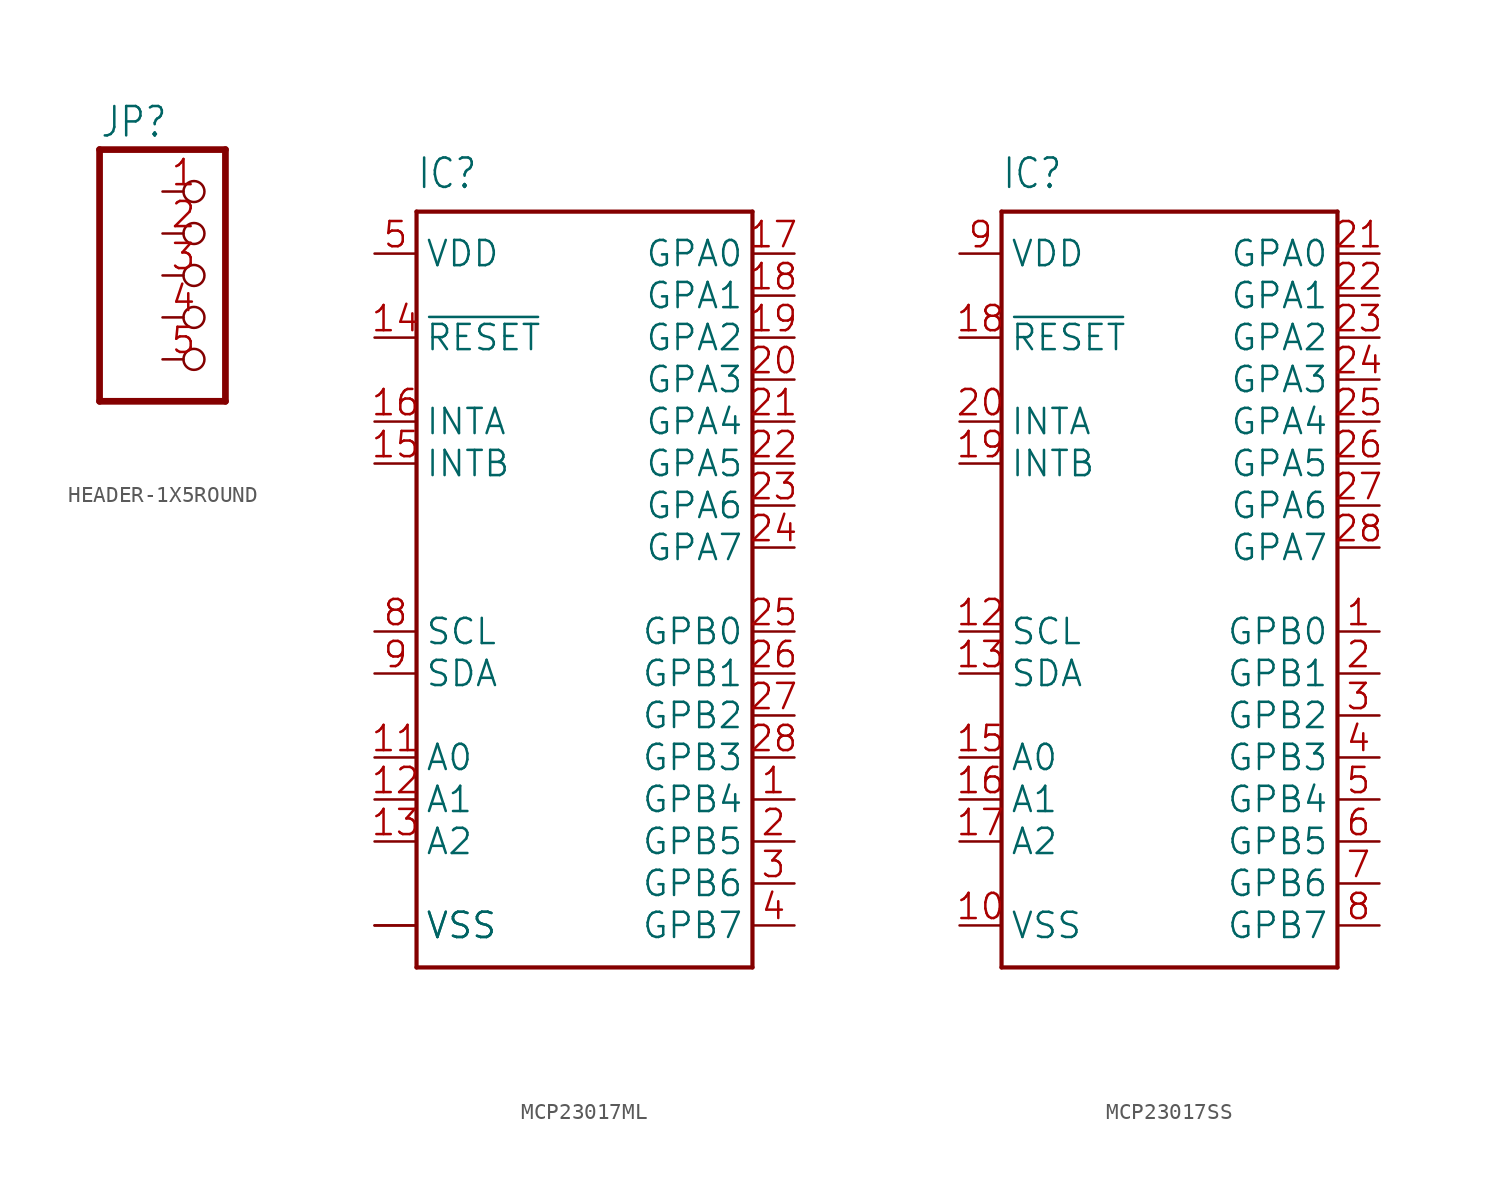
<source format=kicad_sym>
(kicad_symbol_lib
  (version 20241209)
  (generator "kicad_symbol_editor")
  (generator_version "9.0")
  (symbol "HEADER-1X5ROUND"
    (property "Reference" "JP"
      (at -6.35 8.255 0)
      (effects (font (size 1.778 1.511)) (justify left bottom)))
    (property "Value" ""
      (at -6.35 -10.16 0)
      (effects (font (size 1.778 1.511)) (justify left bottom)))
    (property "ki_locked" ""
      (at 0 0 0)
      (effects (font (size 1.27 1.27))))
    (symbol "HEADER-1X5ROUND_1_0"
      (polyline (pts (xy -6.35 7.62) (xy -6.35 -7.62)) (stroke (width 0.406) (type solid)) (fill (type none)))
      (polyline (pts (xy -6.35 -7.62) (xy 1.27 -7.62)) (stroke (width 0.406) (type solid)) (fill (type none)))
      (polyline (pts (xy 1.27 7.62) (xy -6.35 7.62)) (stroke (width 0.406) (type solid)) (fill (type none)))
      (polyline (pts (xy 1.27 -7.62) (xy 1.27 7.62)) (stroke (width 0.406) (type solid)) (fill (type none)))
      (pin passive inverted (at -2.54 5.08 0) (length 2.54) (name "1" (effects (font (size 0 0)))) (number "1" (effects (font (size 1.524 1.524)))))
      (pin passive inverted (at -2.54 2.54 0) (length 2.54) (name "2" (effects (font (size 0 0)))) (number "2" (effects (font (size 1.524 1.524)))))
      (pin passive inverted (at -2.54 0 0) (length 2.54) (name "3" (effects (font (size 0 0)))) (number "3" (effects (font (size 1.524 1.524)))))
      (pin passive inverted (at -2.54 -2.54 0) (length 2.54) (name "4" (effects (font (size 0 0)))) (number "4" (effects (font (size 1.524 1.524)))))
      (pin passive inverted (at -2.54 -5.08 0) (length 2.54) (name "5" (effects (font (size 0 0)))) (number "5" (effects (font (size 1.524 1.524)))))))
  (symbol "MCP23017ML"
    (property "Reference" "IC"
      (at -10.16 24.13 0)
      (effects (font (size 1.778 1.511)) (justify left bottom)))
    (property "Value" ""
      (at -10.16 -25.4 0)
      (effects (font (size 1.778 1.511)) (justify left bottom)))
    (property "ki_locked" ""
      (at 0 0 0)
      (effects (font (size 1.27 1.27))))
    (symbol "MCP23017ML_1_0"
      (polyline (pts (xy -10.16 22.86) (xy 10.16 22.86)) (stroke (width 0.254) (type solid)) (fill (type none)))
      (polyline (pts (xy -10.16 -22.86) (xy -10.16 22.86)) (stroke (width 0.254) (type solid)) (fill (type none)))
      (polyline (pts (xy 10.16 22.86) (xy 10.16 -22.86)) (stroke (width 0.254) (type solid)) (fill (type none)))
      (polyline (pts (xy 10.16 -22.86) (xy -10.16 -22.86)) (stroke (width 0.254) (type solid)) (fill (type none)))
      (pin power_in line (at -12.7 20.32 0) (length 2.54) (name "VDD" (effects (font (size 1.524 1.524)))) (number "5" (effects (font (size 1.524 1.524)))))
      (pin input line (at -12.7 15.24 0) (length 2.54) (name "~{RESET}" (effects (font (size 1.524 1.524)))) (number "14" (effects (font (size 1.524 1.524)))))
      (pin output line (at -12.7 10.16 0) (length 2.54) (name "INTA" (effects (font (size 1.524 1.524)))) (number "16" (effects (font (size 1.524 1.524)))))
      (pin output line (at -12.7 7.62 0) (length 2.54) (name "INTB" (effects (font (size 1.524 1.524)))) (number "15" (effects (font (size 1.524 1.524)))))
      (pin input line (at -12.7 -2.54 0) (length 2.54) (name "SCL" (effects (font (size 1.524 1.524)))) (number "8" (effects (font (size 1.524 1.524)))))
      (pin bidirectional line (at -12.7 -5.08 0) (length 2.54) (name "SDA" (effects (font (size 1.524 1.524)))) (number "9" (effects (font (size 1.524 1.524)))))
      (pin input line (at -12.7 -10.16 0) (length 2.54) (name "A0" (effects (font (size 1.524 1.524)))) (number "11" (effects (font (size 1.524 1.524)))))
      (pin input line (at -12.7 -12.7 0) (length 2.54) (name "A1" (effects (font (size 1.524 1.524)))) (number "12" (effects (font (size 1.524 1.524)))))
      (pin input line (at -12.7 -15.24 0) (length 2.54) (name "A2" (effects (font (size 1.524 1.524)))) (number "13" (effects (font (size 1.524 1.524)))))
      (pin power_in line (at -12.7 -20.32 0) (length 2.54) (name "VSS" (effects (font (size 1.524 1.524)))) (number "6" (effects (font (size 0 0)))))
      (pin power_in line (at -12.7 -20.32 0) (length 2.54) (name "VSS" (effects (font (size 1.524 1.524)))) (number "EXP" (effects (font (size 0 0)))))
      (pin bidirectional line (at 12.7 20.32 180) (length 2.54) (name "GPA0" (effects (font (size 1.524 1.524)))) (number "17" (effects (font (size 1.524 1.524)))))
      (pin bidirectional line (at 12.7 17.78 180) (length 2.54) (name "GPA1" (effects (font (size 1.524 1.524)))) (number "18" (effects (font (size 1.524 1.524)))))
      (pin bidirectional line (at 12.7 15.24 180) (length 2.54) (name "GPA2" (effects (font (size 1.524 1.524)))) (number "19" (effects (font (size 1.524 1.524)))))
      (pin bidirectional line (at 12.7 12.7 180) (length 2.54) (name "GPA3" (effects (font (size 1.524 1.524)))) (number "20" (effects (font (size 1.524 1.524)))))
      (pin bidirectional line (at 12.7 10.16 180) (length 2.54) (name "GPA4" (effects (font (size 1.524 1.524)))) (number "21" (effects (font (size 1.524 1.524)))))
      (pin bidirectional line (at 12.7 7.62 180) (length 2.54) (name "GPA5" (effects (font (size 1.524 1.524)))) (number "22" (effects (font (size 1.524 1.524)))))
      (pin bidirectional line (at 12.7 5.08 180) (length 2.54) (name "GPA6" (effects (font (size 1.524 1.524)))) (number "23" (effects (font (size 1.524 1.524)))))
      (pin bidirectional line (at 12.7 2.54 180) (length 2.54) (name "GPA7" (effects (font (size 1.524 1.524)))) (number "24" (effects (font (size 1.524 1.524)))))
      (pin bidirectional line (at 12.7 -2.54 180) (length 2.54) (name "GPB0" (effects (font (size 1.524 1.524)))) (number "25" (effects (font (size 1.524 1.524)))))
      (pin bidirectional line (at 12.7 -5.08 180) (length 2.54) (name "GPB1" (effects (font (size 1.524 1.524)))) (number "26" (effects (font (size 1.524 1.524)))))
      (pin bidirectional line (at 12.7 -7.62 180) (length 2.54) (name "GPB2" (effects (font (size 1.524 1.524)))) (number "27" (effects (font (size 1.524 1.524)))))
      (pin bidirectional line (at 12.7 -10.16 180) (length 2.54) (name "GPB3" (effects (font (size 1.524 1.524)))) (number "28" (effects (font (size 1.524 1.524)))))
      (pin bidirectional line (at 12.7 -12.7 180) (length 2.54) (name "GPB4" (effects (font (size 1.524 1.524)))) (number "1" (effects (font (size 1.524 1.524)))))
      (pin bidirectional line (at 12.7 -15.24 180) (length 2.54) (name "GPB5" (effects (font (size 1.524 1.524)))) (number "2" (effects (font (size 1.524 1.524)))))
      (pin bidirectional line (at 12.7 -17.78 180) (length 2.54) (name "GPB6" (effects (font (size 1.524 1.524)))) (number "3" (effects (font (size 1.524 1.524)))))
      (pin bidirectional line (at 12.7 -20.32 180) (length 2.54) (name "GPB7" (effects (font (size 1.524 1.524)))) (number "4" (effects (font (size 1.524 1.524)))))))
  (symbol "MCP23017SS"
    (property "Reference" "IC"
      (at -10.16 24.13 0)
      (effects (font (size 1.778 1.511)) (justify left bottom)))
    (property "Value" ""
      (at -10.16 -25.4 0)
      (effects (font (size 1.778 1.511)) (justify left bottom)))
    (property "ki_locked" ""
      (at 0 0 0)
      (effects (font (size 1.27 1.27))))
    (symbol "MCP23017SS_1_0"
      (polyline (pts (xy -10.16 22.86) (xy 10.16 22.86)) (stroke (width 0.254) (type solid)) (fill (type none)))
      (polyline (pts (xy -10.16 -22.86) (xy -10.16 22.86)) (stroke (width 0.254) (type solid)) (fill (type none)))
      (polyline (pts (xy 10.16 22.86) (xy 10.16 -22.86)) (stroke (width 0.254) (type solid)) (fill (type none)))
      (polyline (pts (xy 10.16 -22.86) (xy -10.16 -22.86)) (stroke (width 0.254) (type solid)) (fill (type none)))
      (pin power_in line (at -12.7 20.32 0) (length 2.54) (name "VDD" (effects (font (size 1.524 1.524)))) (number "9" (effects (font (size 1.524 1.524)))))
      (pin input line (at -12.7 15.24 0) (length 2.54) (name "~{RESET}" (effects (font (size 1.524 1.524)))) (number "18" (effects (font (size 1.524 1.524)))))
      (pin output line (at -12.7 10.16 0) (length 2.54) (name "INTA" (effects (font (size 1.524 1.524)))) (number "20" (effects (font (size 1.524 1.524)))))
      (pin output line (at -12.7 7.62 0) (length 2.54) (name "INTB" (effects (font (size 1.524 1.524)))) (number "19" (effects (font (size 1.524 1.524)))))
      (pin input line (at -12.7 -2.54 0) (length 2.54) (name "SCL" (effects (font (size 1.524 1.524)))) (number "12" (effects (font (size 1.524 1.524)))))
      (pin bidirectional line (at -12.7 -5.08 0) (length 2.54) (name "SDA" (effects (font (size 1.524 1.524)))) (number "13" (effects (font (size 1.524 1.524)))))
      (pin input line (at -12.7 -10.16 0) (length 2.54) (name "A0" (effects (font (size 1.524 1.524)))) (number "15" (effects (font (size 1.524 1.524)))))
      (pin input line (at -12.7 -12.7 0) (length 2.54) (name "A1" (effects (font (size 1.524 1.524)))) (number "16" (effects (font (size 1.524 1.524)))))
      (pin input line (at -12.7 -15.24 0) (length 2.54) (name "A2" (effects (font (size 1.524 1.524)))) (number "17" (effects (font (size 1.524 1.524)))))
      (pin power_in line (at -12.7 -20.32 0) (length 2.54) (name "VSS" (effects (font (size 1.524 1.524)))) (number "10" (effects (font (size 1.524 1.524)))))
      (pin bidirectional line (at 12.7 20.32 180) (length 2.54) (name "GPA0" (effects (font (size 1.524 1.524)))) (number "21" (effects (font (size 1.524 1.524)))))
      (pin bidirectional line (at 12.7 17.78 180) (length 2.54) (name "GPA1" (effects (font (size 1.524 1.524)))) (number "22" (effects (font (size 1.524 1.524)))))
      (pin bidirectional line (at 12.7 15.24 180) (length 2.54) (name "GPA2" (effects (font (size 1.524 1.524)))) (number "23" (effects (font (size 1.524 1.524)))))
      (pin bidirectional line (at 12.7 12.7 180) (length 2.54) (name "GPA3" (effects (font (size 1.524 1.524)))) (number "24" (effects (font (size 1.524 1.524)))))
      (pin bidirectional line (at 12.7 10.16 180) (length 2.54) (name "GPA4" (effects (font (size 1.524 1.524)))) (number "25" (effects (font (size 1.524 1.524)))))
      (pin bidirectional line (at 12.7 7.62 180) (length 2.54) (name "GPA5" (effects (font (size 1.524 1.524)))) (number "26" (effects (font (size 1.524 1.524)))))
      (pin bidirectional line (at 12.7 5.08 180) (length 2.54) (name "GPA6" (effects (font (size 1.524 1.524)))) (number "27" (effects (font (size 1.524 1.524)))))
      (pin bidirectional line (at 12.7 2.54 180) (length 2.54) (name "GPA7" (effects (font (size 1.524 1.524)))) (number "28" (effects (font (size 1.524 1.524)))))
      (pin bidirectional line (at 12.7 -2.54 180) (length 2.54) (name "GPB0" (effects (font (size 1.524 1.524)))) (number "1" (effects (font (size 1.524 1.524)))))
      (pin bidirectional line (at 12.7 -5.08 180) (length 2.54) (name "GPB1" (effects (font (size 1.524 1.524)))) (number "2" (effects (font (size 1.524 1.524)))))
      (pin bidirectional line (at 12.7 -7.62 180) (length 2.54) (name "GPB2" (effects (font (size 1.524 1.524)))) (number "3" (effects (font (size 1.524 1.524)))))
      (pin bidirectional line (at 12.7 -10.16 180) (length 2.54) (name "GPB3" (effects (font (size 1.524 1.524)))) (number "4" (effects (font (size 1.524 1.524)))))
      (pin bidirectional line (at 12.7 -12.7 180) (length 2.54) (name "GPB4" (effects (font (size 1.524 1.524)))) (number "5" (effects (font (size 1.524 1.524)))))
      (pin bidirectional line (at 12.7 -15.24 180) (length 2.54) (name "GPB5" (effects (font (size 1.524 1.524)))) (number "6" (effects (font (size 1.524 1.524)))))
      (pin bidirectional line (at 12.7 -17.78 180) (length 2.54) (name "GPB6" (effects (font (size 1.524 1.524)))) (number "7" (effects (font (size 1.524 1.524)))))
      (pin bidirectional line (at 12.7 -20.32 180) (length 2.54) (name "GPB7" (effects (font (size 1.524 1.524)))) (number "8" (effects (font (size 1.524 1.524))))))))
</source>
